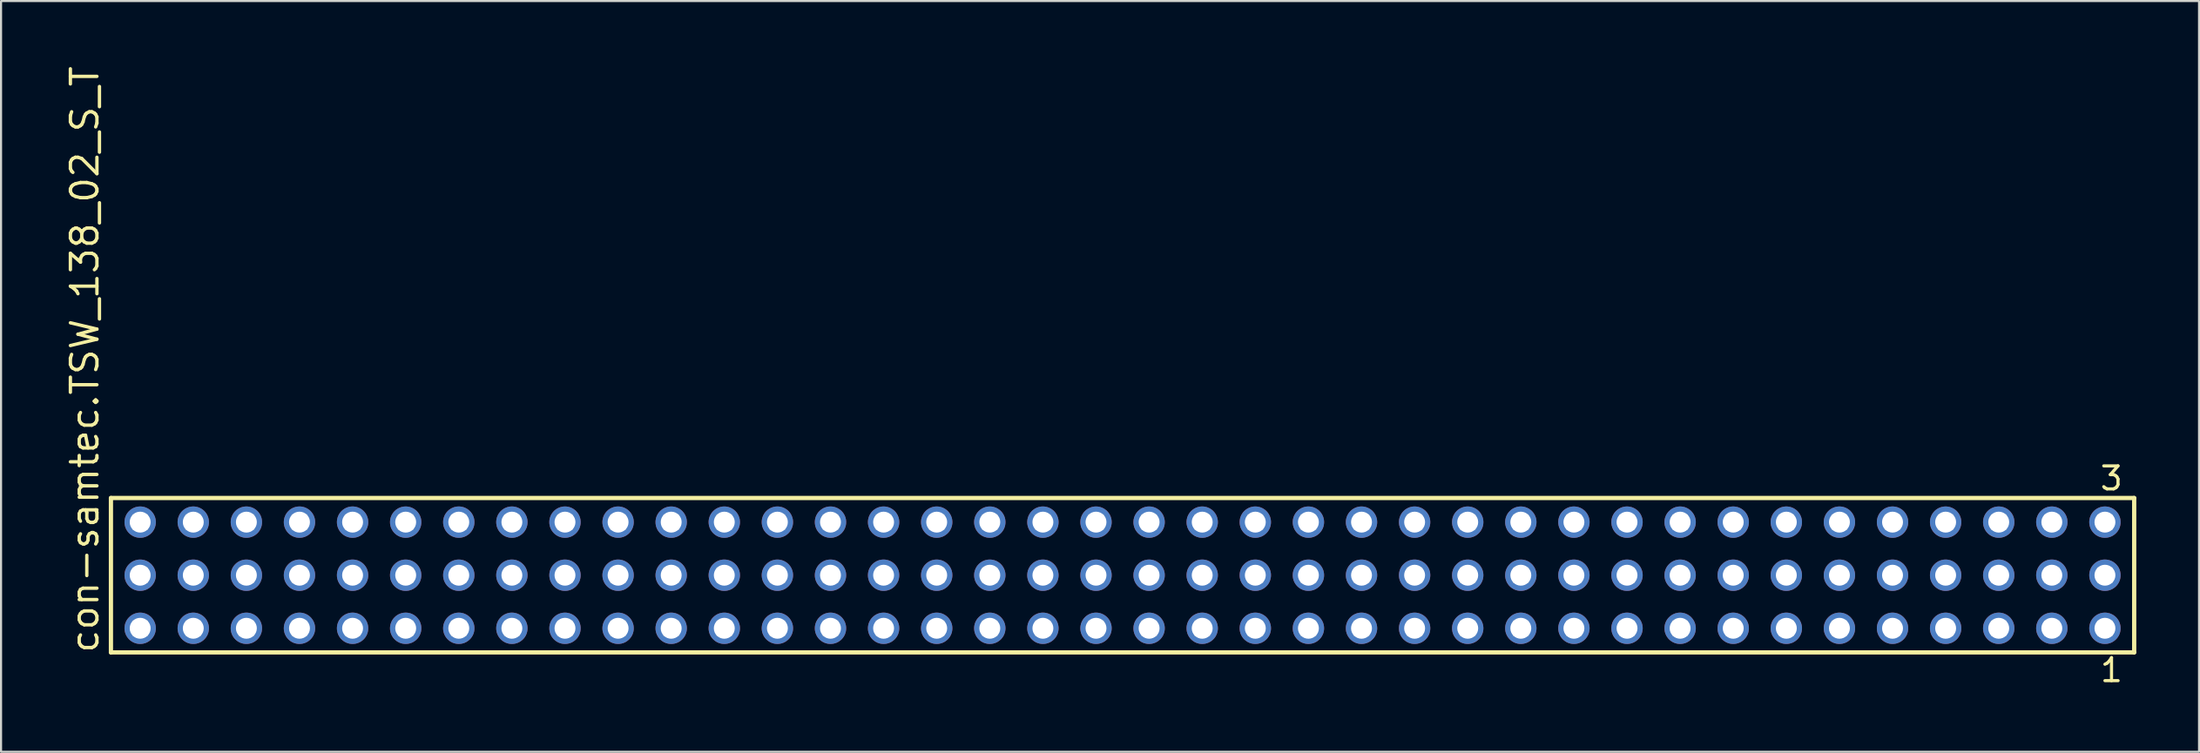
<source format=kicad_pcb>
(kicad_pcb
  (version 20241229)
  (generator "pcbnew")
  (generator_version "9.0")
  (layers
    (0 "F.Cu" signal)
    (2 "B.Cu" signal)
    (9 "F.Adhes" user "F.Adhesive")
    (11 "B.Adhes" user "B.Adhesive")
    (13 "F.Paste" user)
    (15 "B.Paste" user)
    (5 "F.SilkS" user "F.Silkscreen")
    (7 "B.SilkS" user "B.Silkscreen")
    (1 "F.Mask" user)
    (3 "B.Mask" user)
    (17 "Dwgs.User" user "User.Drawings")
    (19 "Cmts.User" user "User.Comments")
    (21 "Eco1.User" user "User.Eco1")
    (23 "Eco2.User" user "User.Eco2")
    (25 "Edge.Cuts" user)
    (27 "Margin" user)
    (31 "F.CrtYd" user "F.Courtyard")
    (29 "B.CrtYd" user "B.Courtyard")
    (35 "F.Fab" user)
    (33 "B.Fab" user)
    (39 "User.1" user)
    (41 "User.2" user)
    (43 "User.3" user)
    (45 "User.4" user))
  (footprint "con-samtec.TSW_138_02_S_T"
    (layer "F.Cu")
    (at 50.645 24.477)
    (property "Reference" "con-samtec.TSW_138_02_S_T" (at -48.895 3.81 90) (layer "F.SilkS") (effects (font (size 1.27 1.27) (thickness 0.16)) (justify left bottom)))
    (attr through_hole)
    (fp_line (start -48.389 -3.695) (end 48.389 -3.695) (stroke (width 0.203) (type default)) (layer "F.SilkS"))
    (fp_line (start -48.389 3.695) (end -48.389 -3.695) (stroke (width 0.203) (type default)) (layer "F.SilkS"))
    (fp_line (start 48.389 -3.695) (end 48.389 3.695) (stroke (width 0.203) (type default)) (layer "F.SilkS"))
    (fp_line (start 48.389 3.695) (end -48.389 3.695) (stroke (width 0.203) (type default)) (layer "F.SilkS"))
    (fp_rect (start -47.34 -2.19) (end -46.64 -2.89) (stroke (width 0.05) (type default)) (fill no) (layer "F.Fab"))
    (fp_rect (start -47.34 0.35) (end -46.64 -0.35) (stroke (width 0.05) (type default)) (fill no) (layer "F.Fab"))
    (fp_rect (start -47.34 2.89) (end -46.64 2.19) (stroke (width 0.05) (type default)) (fill no) (layer "F.Fab"))
    (fp_rect (start -44.8 -2.19) (end -44.1 -2.89) (stroke (width 0.05) (type default)) (fill no) (layer "F.Fab"))
    (fp_rect (start -44.8 0.35) (end -44.1 -0.35) (stroke (width 0.05) (type default)) (fill no) (layer "F.Fab"))
    (fp_rect (start -44.8 2.89) (end -44.1 2.19) (stroke (width 0.05) (type default)) (fill no) (layer "F.Fab"))
    (fp_rect (start -42.26 -2.19) (end -41.56 -2.89) (stroke (width 0.05) (type default)) (fill no) (layer "F.Fab"))
    (fp_rect (start -42.26 0.35) (end -41.56 -0.35) (stroke (width 0.05) (type default)) (fill no) (layer "F.Fab"))
    (fp_rect (start -42.26 2.89) (end -41.56 2.19) (stroke (width 0.05) (type default)) (fill no) (layer "F.Fab"))
    (fp_rect (start -39.72 -2.19) (end -39.02 -2.89) (stroke (width 0.05) (type default)) (fill no) (layer "F.Fab"))
    (fp_rect (start -39.72 0.35) (end -39.02 -0.35) (stroke (width 0.05) (type default)) (fill no) (layer "F.Fab"))
    (fp_rect (start -39.72 2.89) (end -39.02 2.19) (stroke (width 0.05) (type default)) (fill no) (layer "F.Fab"))
    (fp_rect (start -37.18 -2.19) (end -36.48 -2.89) (stroke (width 0.05) (type default)) (fill no) (layer "F.Fab"))
    (fp_rect (start -37.18 0.35) (end -36.48 -0.35) (stroke (width 0.05) (type default)) (fill no) (layer "F.Fab"))
    (fp_rect (start -37.18 2.89) (end -36.48 2.19) (stroke (width 0.05) (type default)) (fill no) (layer "F.Fab"))
    (fp_rect (start -34.64 -2.19) (end -33.94 -2.89) (stroke (width 0.05) (type default)) (fill no) (layer "F.Fab"))
    (fp_rect (start -34.64 0.35) (end -33.94 -0.35) (stroke (width 0.05) (type default)) (fill no) (layer "F.Fab"))
    (fp_rect (start -34.64 2.89) (end -33.94 2.19) (stroke (width 0.05) (type default)) (fill no) (layer "F.Fab"))
    (fp_rect (start -32.1 -2.19) (end -31.4 -2.89) (stroke (width 0.05) (type default)) (fill no) (layer "F.Fab"))
    (fp_rect (start -32.1 0.35) (end -31.4 -0.35) (stroke (width 0.05) (type default)) (fill no) (layer "F.Fab"))
    (fp_rect (start -32.1 2.89) (end -31.4 2.19) (stroke (width 0.05) (type default)) (fill no) (layer "F.Fab"))
    (fp_rect (start -29.56 -2.19) (end -28.86 -2.89) (stroke (width 0.05) (type default)) (fill no) (layer "F.Fab"))
    (fp_rect (start -29.56 0.35) (end -28.86 -0.35) (stroke (width 0.05) (type default)) (fill no) (layer "F.Fab"))
    (fp_rect (start -29.56 2.89) (end -28.86 2.19) (stroke (width 0.05) (type default)) (fill no) (layer "F.Fab"))
    (fp_rect (start -27.02 -2.19) (end -26.32 -2.89) (stroke (width 0.05) (type default)) (fill no) (layer "F.Fab"))
    (fp_rect (start -27.02 0.35) (end -26.32 -0.35) (stroke (width 0.05) (type default)) (fill no) (layer "F.Fab"))
    (fp_rect (start -27.02 2.89) (end -26.32 2.19) (stroke (width 0.05) (type default)) (fill no) (layer "F.Fab"))
    (fp_rect (start -24.48 -2.19) (end -23.78 -2.89) (stroke (width 0.05) (type default)) (fill no) (layer "F.Fab"))
    (fp_rect (start -24.48 0.35) (end -23.78 -0.35) (stroke (width 0.05) (type default)) (fill no) (layer "F.Fab"))
    (fp_rect (start -24.48 2.89) (end -23.78 2.19) (stroke (width 0.05) (type default)) (fill no) (layer "F.Fab"))
    (fp_rect (start -21.94 -2.19) (end -21.24 -2.89) (stroke (width 0.05) (type default)) (fill no) (layer "F.Fab"))
    (fp_rect (start -21.94 0.35) (end -21.24 -0.35) (stroke (width 0.05) (type default)) (fill no) (layer "F.Fab"))
    (fp_rect (start -21.94 2.89) (end -21.24 2.19) (stroke (width 0.05) (type default)) (fill no) (layer "F.Fab"))
    (fp_rect (start -19.4 -2.19) (end -18.7 -2.89) (stroke (width 0.05) (type default)) (fill no) (layer "F.Fab"))
    (fp_rect (start -19.4 0.35) (end -18.7 -0.35) (stroke (width 0.05) (type default)) (fill no) (layer "F.Fab"))
    (fp_rect (start -19.4 2.89) (end -18.7 2.19) (stroke (width 0.05) (type default)) (fill no) (layer "F.Fab"))
    (fp_rect (start -16.86 -2.19) (end -16.16 -2.89) (stroke (width 0.05) (type default)) (fill no) (layer "F.Fab"))
    (fp_rect (start -16.86 0.35) (end -16.16 -0.35) (stroke (width 0.05) (type default)) (fill no) (layer "F.Fab"))
    (fp_rect (start -16.86 2.89) (end -16.16 2.19) (stroke (width 0.05) (type default)) (fill no) (layer "F.Fab"))
    (fp_rect (start -14.32 -2.19) (end -13.62 -2.89) (stroke (width 0.05) (type default)) (fill no) (layer "F.Fab"))
    (fp_rect (start -14.32 0.35) (end -13.62 -0.35) (stroke (width 0.05) (type default)) (fill no) (layer "F.Fab"))
    (fp_rect (start -14.32 2.89) (end -13.62 2.19) (stroke (width 0.05) (type default)) (fill no) (layer "F.Fab"))
    (fp_rect (start -11.78 -2.19) (end -11.08 -2.89) (stroke (width 0.05) (type default)) (fill no) (layer "F.Fab"))
    (fp_rect (start -11.78 0.35) (end -11.08 -0.35) (stroke (width 0.05) (type default)) (fill no) (layer "F.Fab"))
    (fp_rect (start -11.78 2.89) (end -11.08 2.19) (stroke (width 0.05) (type default)) (fill no) (layer "F.Fab"))
    (fp_rect (start -9.24 -2.19) (end -8.54 -2.89) (stroke (width 0.05) (type default)) (fill no) (layer "F.Fab"))
    (fp_rect (start -9.24 0.35) (end -8.54 -0.35) (stroke (width 0.05) (type default)) (fill no) (layer "F.Fab"))
    (fp_rect (start -9.24 2.89) (end -8.54 2.19) (stroke (width 0.05) (type default)) (fill no) (layer "F.Fab"))
    (fp_rect (start -6.7 -2.19) (end -6 -2.89) (stroke (width 0.05) (type default)) (fill no) (layer "F.Fab"))
    (fp_rect (start -6.7 0.35) (end -6 -0.35) (stroke (width 0.05) (type default)) (fill no) (layer "F.Fab"))
    (fp_rect (start -6.7 2.89) (end -6 2.19) (stroke (width 0.05) (type default)) (fill no) (layer "F.Fab"))
    (fp_rect (start -4.16 -2.19) (end -3.46 -2.89) (stroke (width 0.05) (type default)) (fill no) (layer "F.Fab"))
    (fp_rect (start -4.16 0.35) (end -3.46 -0.35) (stroke (width 0.05) (type default)) (fill no) (layer "F.Fab"))
    (fp_rect (start -4.16 2.89) (end -3.46 2.19) (stroke (width 0.05) (type default)) (fill no) (layer "F.Fab"))
    (fp_rect (start -1.62 -2.19) (end -0.92 -2.89) (stroke (width 0.05) (type default)) (fill no) (layer "F.Fab"))
    (fp_rect (start -1.62 0.35) (end -0.92 -0.35) (stroke (width 0.05) (type default)) (fill no) (layer "F.Fab"))
    (fp_rect (start -1.62 2.89) (end -0.92 2.19) (stroke (width 0.05) (type default)) (fill no) (layer "F.Fab"))
    (fp_rect (start 0.92 -2.19) (end 1.62 -2.89) (stroke (width 0.05) (type default)) (fill no) (layer "F.Fab"))
    (fp_rect (start 0.92 0.35) (end 1.62 -0.35) (stroke (width 0.05) (type default)) (fill no) (layer "F.Fab"))
    (fp_rect (start 0.92 2.89) (end 1.62 2.19) (stroke (width 0.05) (type default)) (fill no) (layer "F.Fab"))
    (fp_rect (start 3.46 -2.19) (end 4.16 -2.89) (stroke (width 0.05) (type default)) (fill no) (layer "F.Fab"))
    (fp_rect (start 3.46 0.35) (end 4.16 -0.35) (stroke (width 0.05) (type default)) (fill no) (layer "F.Fab"))
    (fp_rect (start 3.46 2.89) (end 4.16 2.19) (stroke (width 0.05) (type default)) (fill no) (layer "F.Fab"))
    (fp_rect (start 6 -2.19) (end 6.7 -2.89) (stroke (width 0.05) (type default)) (fill no) (layer "F.Fab"))
    (fp_rect (start 6 0.35) (end 6.7 -0.35) (stroke (width 0.05) (type default)) (fill no) (layer "F.Fab"))
    (fp_rect (start 6 2.89) (end 6.7 2.19) (stroke (width 0.05) (type default)) (fill no) (layer "F.Fab"))
    (fp_rect (start 8.54 -2.19) (end 9.24 -2.89) (stroke (width 0.05) (type default)) (fill no) (layer "F.Fab"))
    (fp_rect (start 8.54 0.35) (end 9.24 -0.35) (stroke (width 0.05) (type default)) (fill no) (layer "F.Fab"))
    (fp_rect (start 8.54 2.89) (end 9.24 2.19) (stroke (width 0.05) (type default)) (fill no) (layer "F.Fab"))
    (fp_rect (start 11.08 -2.19) (end 11.78 -2.89) (stroke (width 0.05) (type default)) (fill no) (layer "F.Fab"))
    (fp_rect (start 11.08 0.35) (end 11.78 -0.35) (stroke (width 0.05) (type default)) (fill no) (layer "F.Fab"))
    (fp_rect (start 11.08 2.89) (end 11.78 2.19) (stroke (width 0.05) (type default)) (fill no) (layer "F.Fab"))
    (fp_rect (start 13.62 -2.19) (end 14.32 -2.89) (stroke (width 0.05) (type default)) (fill no) (layer "F.Fab"))
    (fp_rect (start 13.62 0.35) (end 14.32 -0.35) (stroke (width 0.05) (type default)) (fill no) (layer "F.Fab"))
    (fp_rect (start 13.62 2.89) (end 14.32 2.19) (stroke (width 0.05) (type default)) (fill no) (layer "F.Fab"))
    (fp_rect (start 16.16 -2.19) (end 16.86 -2.89) (stroke (width 0.05) (type default)) (fill no) (layer "F.Fab"))
    (fp_rect (start 16.16 0.35) (end 16.86 -0.35) (stroke (width 0.05) (type default)) (fill no) (layer "F.Fab"))
    (fp_rect (start 16.16 2.89) (end 16.86 2.19) (stroke (width 0.05) (type default)) (fill no) (layer "F.Fab"))
    (fp_rect (start 18.7 -2.19) (end 19.4 -2.89) (stroke (width 0.05) (type default)) (fill no) (layer "F.Fab"))
    (fp_rect (start 18.7 0.35) (end 19.4 -0.35) (stroke (width 0.05) (type default)) (fill no) (layer "F.Fab"))
    (fp_rect (start 18.7 2.89) (end 19.4 2.19) (stroke (width 0.05) (type default)) (fill no) (layer "F.Fab"))
    (fp_rect (start 21.24 -2.19) (end 21.94 -2.89) (stroke (width 0.05) (type default)) (fill no) (layer "F.Fab"))
    (fp_rect (start 21.24 0.35) (end 21.94 -0.35) (stroke (width 0.05) (type default)) (fill no) (layer "F.Fab"))
    (fp_rect (start 21.24 2.89) (end 21.94 2.19) (stroke (width 0.05) (type default)) (fill no) (layer "F.Fab"))
    (fp_rect (start 23.78 -2.19) (end 24.48 -2.89) (stroke (width 0.05) (type default)) (fill no) (layer "F.Fab"))
    (fp_rect (start 23.78 0.35) (end 24.48 -0.35) (stroke (width 0.05) (type default)) (fill no) (layer "F.Fab"))
    (fp_rect (start 23.78 2.89) (end 24.48 2.19) (stroke (width 0.05) (type default)) (fill no) (layer "F.Fab"))
    (fp_rect (start 26.32 -2.19) (end 27.02 -2.89) (stroke (width 0.05) (type default)) (fill no) (layer "F.Fab"))
    (fp_rect (start 26.32 0.35) (end 27.02 -0.35) (stroke (width 0.05) (type default)) (fill no) (layer "F.Fab"))
    (fp_rect (start 26.32 2.89) (end 27.02 2.19) (stroke (width 0.05) (type default)) (fill no) (layer "F.Fab"))
    (fp_rect (start 28.86 -2.19) (end 29.56 -2.89) (stroke (width 0.05) (type default)) (fill no) (layer "F.Fab"))
    (fp_rect (start 28.86 0.35) (end 29.56 -0.35) (stroke (width 0.05) (type default)) (fill no) (layer "F.Fab"))
    (fp_rect (start 28.86 2.89) (end 29.56 2.19) (stroke (width 0.05) (type default)) (fill no) (layer "F.Fab"))
    (fp_rect (start 31.4 -2.19) (end 32.1 -2.89) (stroke (width 0.05) (type default)) (fill no) (layer "F.Fab"))
    (fp_rect (start 31.4 0.35) (end 32.1 -0.35) (stroke (width 0.05) (type default)) (fill no) (layer "F.Fab"))
    (fp_rect (start 31.4 2.89) (end 32.1 2.19) (stroke (width 0.05) (type default)) (fill no) (layer "F.Fab"))
    (fp_rect (start 33.94 -2.19) (end 34.64 -2.89) (stroke (width 0.05) (type default)) (fill no) (layer "F.Fab"))
    (fp_rect (start 33.94 0.35) (end 34.64 -0.35) (stroke (width 0.05) (type default)) (fill no) (layer "F.Fab"))
    (fp_rect (start 33.94 2.89) (end 34.64 2.19) (stroke (width 0.05) (type default)) (fill no) (layer "F.Fab"))
    (fp_rect (start 36.48 -2.19) (end 37.18 -2.89) (stroke (width 0.05) (type default)) (fill no) (layer "F.Fab"))
    (fp_rect (start 36.48 0.35) (end 37.18 -0.35) (stroke (width 0.05) (type default)) (fill no) (layer "F.Fab"))
    (fp_rect (start 36.48 2.89) (end 37.18 2.19) (stroke (width 0.05) (type default)) (fill no) (layer "F.Fab"))
    (fp_rect (start 39.02 -2.19) (end 39.72 -2.89) (stroke (width 0.05) (type default)) (fill no) (layer "F.Fab"))
    (fp_rect (start 39.02 0.35) (end 39.72 -0.35) (stroke (width 0.05) (type default)) (fill no) (layer "F.Fab"))
    (fp_rect (start 39.02 2.89) (end 39.72 2.19) (stroke (width 0.05) (type default)) (fill no) (layer "F.Fab"))
    (fp_rect (start 41.56 -2.19) (end 42.26 -2.89) (stroke (width 0.05) (type default)) (fill no) (layer "F.Fab"))
    (fp_rect (start 41.56 0.35) (end 42.26 -0.35) (stroke (width 0.05) (type default)) (fill no) (layer "F.Fab"))
    (fp_rect (start 41.56 2.89) (end 42.26 2.19) (stroke (width 0.05) (type default)) (fill no) (layer "F.Fab"))
    (fp_rect (start 44.1 -2.19) (end 44.8 -2.89) (stroke (width 0.05) (type default)) (fill no) (layer "F.Fab"))
    (fp_rect (start 44.1 0.35) (end 44.8 -0.35) (stroke (width 0.05) (type default)) (fill no) (layer "F.Fab"))
    (fp_rect (start 44.1 2.89) (end 44.8 2.19) (stroke (width 0.05) (type default)) (fill no) (layer "F.Fab"))
    (fp_rect (start 46.64 -2.19) (end 47.34 -2.89) (stroke (width 0.05) (type default)) (fill no) (layer "F.Fab"))
    (fp_rect (start 46.64 0.35) (end 47.34 -0.35) (stroke (width 0.05) (type default)) (fill no) (layer "F.Fab"))
    (fp_rect (start 46.64 2.89) (end 47.34 2.19) (stroke (width 0.05) (type default)) (fill no) (layer "F.Fab"))
    (fp_text user "3" (at 46.678 -3.989 0) (layer "F.SilkS") (effects (font (size 1.1 1.1) (thickness 0.15)) (justify left bottom)))
    (fp_text user "1" (at 46.682 5.188 0) (layer "F.SilkS") (effects (font (size 1.1 1.1) (thickness 0.15)) (justify left bottom)))
    (pad "1" thru_hole circle (at 46.99 2.54 180) (size 1.5 1.5) (drill 1) (layers "*.Cu" "*.Mask"))
    (pad "2" thru_hole circle (at 46.99 0 180) (size 1.5 1.5) (drill 1) (layers "*.Cu" "*.Mask"))
    (pad "3" thru_hole circle (at 46.99 -2.54 180) (size 1.5 1.5) (drill 1) (layers "*.Cu" "*.Mask"))
    (pad "4" thru_hole circle (at 44.45 2.54 180) (size 1.5 1.5) (drill 1) (layers "*.Cu" "*.Mask"))
    (pad "5" thru_hole circle (at 44.45 0 180) (size 1.5 1.5) (drill 1) (layers "*.Cu" "*.Mask"))
    (pad "6" thru_hole circle (at 44.45 -2.54 180) (size 1.5 1.5) (drill 1) (layers "*.Cu" "*.Mask"))
    (pad "7" thru_hole circle (at 41.91 2.54 180) (size 1.5 1.5) (drill 1) (layers "*.Cu" "*.Mask"))
    (pad "8" thru_hole circle (at 41.91 0 180) (size 1.5 1.5) (drill 1) (layers "*.Cu" "*.Mask"))
    (pad "9" thru_hole circle (at 41.91 -2.54 180) (size 1.5 1.5) (drill 1) (layers "*.Cu" "*.Mask"))
    (pad "10" thru_hole circle (at 39.37 2.54 180) (size 1.5 1.5) (drill 1) (layers "*.Cu" "*.Mask"))
    (pad "11" thru_hole circle (at 39.37 0 180) (size 1.5 1.5) (drill 1) (layers "*.Cu" "*.Mask"))
    (pad "12" thru_hole circle (at 39.37 -2.54 180) (size 1.5 1.5) (drill 1) (layers "*.Cu" "*.Mask"))
    (pad "13" thru_hole circle (at 36.83 2.54 180) (size 1.5 1.5) (drill 1) (layers "*.Cu" "*.Mask"))
    (pad "14" thru_hole circle (at 36.83 0 180) (size 1.5 1.5) (drill 1) (layers "*.Cu" "*.Mask"))
    (pad "15" thru_hole circle (at 36.83 -2.54 180) (size 1.5 1.5) (drill 1) (layers "*.Cu" "*.Mask"))
    (pad "16" thru_hole circle (at 34.29 2.54 180) (size 1.5 1.5) (drill 1) (layers "*.Cu" "*.Mask"))
    (pad "17" thru_hole circle (at 34.29 0 180) (size 1.5 1.5) (drill 1) (layers "*.Cu" "*.Mask"))
    (pad "18" thru_hole circle (at 34.29 -2.54 180) (size 1.5 1.5) (drill 1) (layers "*.Cu" "*.Mask"))
    (pad "19" thru_hole circle (at 31.75 2.54 180) (size 1.5 1.5) (drill 1) (layers "*.Cu" "*.Mask"))
    (pad "20" thru_hole circle (at 31.75 0 180) (size 1.5 1.5) (drill 1) (layers "*.Cu" "*.Mask"))
    (pad "21" thru_hole circle (at 31.75 -2.54 180) (size 1.5 1.5) (drill 1) (layers "*.Cu" "*.Mask"))
    (pad "22" thru_hole circle (at 29.21 2.54 180) (size 1.5 1.5) (drill 1) (layers "*.Cu" "*.Mask"))
    (pad "23" thru_hole circle (at 29.21 0 180) (size 1.5 1.5) (drill 1) (layers "*.Cu" "*.Mask"))
    (pad "24" thru_hole circle (at 29.21 -2.54 180) (size 1.5 1.5) (drill 1) (layers "*.Cu" "*.Mask"))
    (pad "25" thru_hole circle (at 26.67 2.54 180) (size 1.5 1.5) (drill 1) (layers "*.Cu" "*.Mask"))
    (pad "26" thru_hole circle (at 26.67 0 180) (size 1.5 1.5) (drill 1) (layers "*.Cu" "*.Mask"))
    (pad "27" thru_hole circle (at 26.67 -2.54 180) (size 1.5 1.5) (drill 1) (layers "*.Cu" "*.Mask"))
    (pad "28" thru_hole circle (at 24.13 2.54 180) (size 1.5 1.5) (drill 1) (layers "*.Cu" "*.Mask"))
    (pad "29" thru_hole circle (at 24.13 0 180) (size 1.5 1.5) (drill 1) (layers "*.Cu" "*.Mask"))
    (pad "30" thru_hole circle (at 24.13 -2.54 180) (size 1.5 1.5) (drill 1) (layers "*.Cu" "*.Mask"))
    (pad "31" thru_hole circle (at 21.59 2.54 180) (size 1.5 1.5) (drill 1) (layers "*.Cu" "*.Mask"))
    (pad "32" thru_hole circle (at 21.59 0 180) (size 1.5 1.5) (drill 1) (layers "*.Cu" "*.Mask"))
    (pad "33" thru_hole circle (at 21.59 -2.54 180) (size 1.5 1.5) (drill 1) (layers "*.Cu" "*.Mask"))
    (pad "34" thru_hole circle (at 19.05 2.54 180) (size 1.5 1.5) (drill 1) (layers "*.Cu" "*.Mask"))
    (pad "35" thru_hole circle (at 19.05 0 180) (size 1.5 1.5) (drill 1) (layers "*.Cu" "*.Mask"))
    (pad "36" thru_hole circle (at 19.05 -2.54 180) (size 1.5 1.5) (drill 1) (layers "*.Cu" "*.Mask"))
    (pad "37" thru_hole circle (at 16.51 2.54 180) (size 1.5 1.5) (drill 1) (layers "*.Cu" "*.Mask"))
    (pad "38" thru_hole circle (at 16.51 0 180) (size 1.5 1.5) (drill 1) (layers "*.Cu" "*.Mask"))
    (pad "39" thru_hole circle (at 16.51 -2.54 180) (size 1.5 1.5) (drill 1) (layers "*.Cu" "*.Mask"))
    (pad "40" thru_hole circle (at 13.97 2.54 180) (size 1.5 1.5) (drill 1) (layers "*.Cu" "*.Mask"))
    (pad "41" thru_hole circle (at 13.97 0 180) (size 1.5 1.5) (drill 1) (layers "*.Cu" "*.Mask"))
    (pad "42" thru_hole circle (at 13.97 -2.54 180) (size 1.5 1.5) (drill 1) (layers "*.Cu" "*.Mask"))
    (pad "43" thru_hole circle (at 11.43 2.54 180) (size 1.5 1.5) (drill 1) (layers "*.Cu" "*.Mask"))
    (pad "44" thru_hole circle (at 11.43 0 180) (size 1.5 1.5) (drill 1) (layers "*.Cu" "*.Mask"))
    (pad "45" thru_hole circle (at 11.43 -2.54 180) (size 1.5 1.5) (drill 1) (layers "*.Cu" "*.Mask"))
    (pad "46" thru_hole circle (at 8.89 2.54 180) (size 1.5 1.5) (drill 1) (layers "*.Cu" "*.Mask"))
    (pad "47" thru_hole circle (at 8.89 0 180) (size 1.5 1.5) (drill 1) (layers "*.Cu" "*.Mask"))
    (pad "48" thru_hole circle (at 8.89 -2.54 180) (size 1.5 1.5) (drill 1) (layers "*.Cu" "*.Mask"))
    (pad "49" thru_hole circle (at 6.35 2.54 180) (size 1.5 1.5) (drill 1) (layers "*.Cu" "*.Mask"))
    (pad "50" thru_hole circle (at 6.35 0 180) (size 1.5 1.5) (drill 1) (layers "*.Cu" "*.Mask"))
    (pad "51" thru_hole circle (at 6.35 -2.54 180) (size 1.5 1.5) (drill 1) (layers "*.Cu" "*.Mask"))
    (pad "52" thru_hole circle (at 3.81 2.54 180) (size 1.5 1.5) (drill 1) (layers "*.Cu" "*.Mask"))
    (pad "53" thru_hole circle (at 3.81 0 180) (size 1.5 1.5) (drill 1) (layers "*.Cu" "*.Mask"))
    (pad "54" thru_hole circle (at 3.81 -2.54 180) (size 1.5 1.5) (drill 1) (layers "*.Cu" "*.Mask"))
    (pad "55" thru_hole circle (at 1.27 2.54 180) (size 1.5 1.5) (drill 1) (layers "*.Cu" "*.Mask"))
    (pad "56" thru_hole circle (at 1.27 0 180) (size 1.5 1.5) (drill 1) (layers "*.Cu" "*.Mask"))
    (pad "57" thru_hole circle (at 1.27 -2.54 180) (size 1.5 1.5) (drill 1) (layers "*.Cu" "*.Mask"))
    (pad "58" thru_hole circle (at -1.27 2.54 180) (size 1.5 1.5) (drill 1) (layers "*.Cu" "*.Mask"))
    (pad "59" thru_hole circle (at -1.27 0 180) (size 1.5 1.5) (drill 1) (layers "*.Cu" "*.Mask"))
    (pad "60" thru_hole circle (at -1.27 -2.54 180) (size 1.5 1.5) (drill 1) (layers "*.Cu" "*.Mask"))
    (pad "61" thru_hole circle (at -3.81 2.54 180) (size 1.5 1.5) (drill 1) (layers "*.Cu" "*.Mask"))
    (pad "62" thru_hole circle (at -3.81 0 180) (size 1.5 1.5) (drill 1) (layers "*.Cu" "*.Mask"))
    (pad "63" thru_hole circle (at -3.81 -2.54 180) (size 1.5 1.5) (drill 1) (layers "*.Cu" "*.Mask"))
    (pad "64" thru_hole circle (at -6.35 2.54 180) (size 1.5 1.5) (drill 1) (layers "*.Cu" "*.Mask"))
    (pad "65" thru_hole circle (at -6.35 0 180) (size 1.5 1.5) (drill 1) (layers "*.Cu" "*.Mask"))
    (pad "66" thru_hole circle (at -6.35 -2.54 180) (size 1.5 1.5) (drill 1) (layers "*.Cu" "*.Mask"))
    (pad "67" thru_hole circle (at -8.89 2.54 180) (size 1.5 1.5) (drill 1) (layers "*.Cu" "*.Mask"))
    (pad "68" thru_hole circle (at -8.89 0 180) (size 1.5 1.5) (drill 1) (layers "*.Cu" "*.Mask"))
    (pad "69" thru_hole circle (at -8.89 -2.54 180) (size 1.5 1.5) (drill 1) (layers "*.Cu" "*.Mask"))
    (pad "70" thru_hole circle (at -11.43 2.54 180) (size 1.5 1.5) (drill 1) (layers "*.Cu" "*.Mask"))
    (pad "71" thru_hole circle (at -11.43 0 180) (size 1.5 1.5) (drill 1) (layers "*.Cu" "*.Mask"))
    (pad "72" thru_hole circle (at -11.43 -2.54 180) (size 1.5 1.5) (drill 1) (layers "*.Cu" "*.Mask"))
    (pad "73" thru_hole circle (at -13.97 2.54 180) (size 1.5 1.5) (drill 1) (layers "*.Cu" "*.Mask"))
    (pad "74" thru_hole circle (at -13.97 0 180) (size 1.5 1.5) (drill 1) (layers "*.Cu" "*.Mask"))
    (pad "75" thru_hole circle (at -13.97 -2.54 180) (size 1.5 1.5) (drill 1) (layers "*.Cu" "*.Mask"))
    (pad "76" thru_hole circle (at -16.51 2.54 180) (size 1.5 1.5) (drill 1) (layers "*.Cu" "*.Mask"))
    (pad "77" thru_hole circle (at -16.51 0 180) (size 1.5 1.5) (drill 1) (layers "*.Cu" "*.Mask"))
    (pad "78" thru_hole circle (at -16.51 -2.54 180) (size 1.5 1.5) (drill 1) (layers "*.Cu" "*.Mask"))
    (pad "79" thru_hole circle (at -19.05 2.54 180) (size 1.5 1.5) (drill 1) (layers "*.Cu" "*.Mask"))
    (pad "80" thru_hole circle (at -19.05 0 180) (size 1.5 1.5) (drill 1) (layers "*.Cu" "*.Mask"))
    (pad "81" thru_hole circle (at -19.05 -2.54 180) (size 1.5 1.5) (drill 1) (layers "*.Cu" "*.Mask"))
    (pad "82" thru_hole circle (at -21.59 2.54 180) (size 1.5 1.5) (drill 1) (layers "*.Cu" "*.Mask"))
    (pad "83" thru_hole circle (at -21.59 0 180) (size 1.5 1.5) (drill 1) (layers "*.Cu" "*.Mask"))
    (pad "84" thru_hole circle (at -21.59 -2.54 180) (size 1.5 1.5) (drill 1) (layers "*.Cu" "*.Mask"))
    (pad "85" thru_hole circle (at -24.13 2.54 180) (size 1.5 1.5) (drill 1) (layers "*.Cu" "*.Mask"))
    (pad "86" thru_hole circle (at -24.13 0 180) (size 1.5 1.5) (drill 1) (layers "*.Cu" "*.Mask"))
    (pad "87" thru_hole circle (at -24.13 -2.54 180) (size 1.5 1.5) (drill 1) (layers "*.Cu" "*.Mask"))
    (pad "88" thru_hole circle (at -26.67 2.54 180) (size 1.5 1.5) (drill 1) (layers "*.Cu" "*.Mask"))
    (pad "89" thru_hole circle (at -26.67 0 180) (size 1.5 1.5) (drill 1) (layers "*.Cu" "*.Mask"))
    (pad "90" thru_hole circle (at -26.67 -2.54 180) (size 1.5 1.5) (drill 1) (layers "*.Cu" "*.Mask"))
    (pad "91" thru_hole circle (at -29.21 2.54 180) (size 1.5 1.5) (drill 1) (layers "*.Cu" "*.Mask"))
    (pad "92" thru_hole circle (at -29.21 0 180) (size 1.5 1.5) (drill 1) (layers "*.Cu" "*.Mask"))
    (pad "93" thru_hole circle (at -29.21 -2.54 180) (size 1.5 1.5) (drill 1) (layers "*.Cu" "*.Mask"))
    (pad "94" thru_hole circle (at -31.75 2.54 180) (size 1.5 1.5) (drill 1) (layers "*.Cu" "*.Mask"))
    (pad "95" thru_hole circle (at -31.75 0 180) (size 1.5 1.5) (drill 1) (layers "*.Cu" "*.Mask"))
    (pad "96" thru_hole circle (at -31.75 -2.54 180) (size 1.5 1.5) (drill 1) (layers "*.Cu" "*.Mask"))
    (pad "97" thru_hole circle (at -34.29 2.54 180) (size 1.5 1.5) (drill 1) (layers "*.Cu" "*.Mask"))
    (pad "98" thru_hole circle (at -34.29 0 180) (size 1.5 1.5) (drill 1) (layers "*.Cu" "*.Mask"))
    (pad "99" thru_hole circle (at -34.29 -2.54 180) (size 1.5 1.5) (drill 1) (layers "*.Cu" "*.Mask"))
    (pad "100" thru_hole circle (at -36.83 2.54 180) (size 1.5 1.5) (drill 1) (layers "*.Cu" "*.Mask"))
    (pad "101" thru_hole circle (at -36.83 0 180) (size 1.5 1.5) (drill 1) (layers "*.Cu" "*.Mask"))
    (pad "102" thru_hole circle (at -36.83 -2.54 180) (size 1.5 1.5) (drill 1) (layers "*.Cu" "*.Mask"))
    (pad "103" thru_hole circle (at -39.37 2.54 180) (size 1.5 1.5) (drill 1) (layers "*.Cu" "*.Mask"))
    (pad "104" thru_hole circle (at -39.37 0 180) (size 1.5 1.5) (drill 1) (layers "*.Cu" "*.Mask"))
    (pad "105" thru_hole circle (at -39.37 -2.54 180) (size 1.5 1.5) (drill 1) (layers "*.Cu" "*.Mask"))
    (pad "106" thru_hole circle (at -41.91 2.54 180) (size 1.5 1.5) (drill 1) (layers "*.Cu" "*.Mask"))
    (pad "107" thru_hole circle (at -41.91 0 180) (size 1.5 1.5) (drill 1) (layers "*.Cu" "*.Mask"))
    (pad "108" thru_hole circle (at -41.91 -2.54 180) (size 1.5 1.5) (drill 1) (layers "*.Cu" "*.Mask"))
    (pad "109" thru_hole circle (at -44.45 2.54 180) (size 1.5 1.5) (drill 1) (layers "*.Cu" "*.Mask"))
    (pad "110" thru_hole circle (at -44.45 0 180) (size 1.5 1.5) (drill 1) (layers "*.Cu" "*.Mask"))
    (pad "111" thru_hole circle (at -44.45 -2.54 180) (size 1.5 1.5) (drill 1) (layers "*.Cu" "*.Mask"))
    (pad "112" thru_hole circle (at -46.99 2.54 180) (size 1.5 1.5) (drill 1) (layers "*.Cu" "*.Mask"))
    (pad "113" thru_hole circle (at -46.99 0 180) (size 1.5 1.5) (drill 1) (layers "*.Cu" "*.Mask"))
    (pad "114" thru_hole circle (at -46.99 -2.54 180) (size 1.5 1.5) (drill 1) (layers "*.Cu" "*.Mask")))
  (gr_rect
    (start -3 -3)
    (end 102.136 32.928)
    (stroke (width 0.1) (type default))
    (fill no)
    (layer "Edge.Cuts")))
</source>
